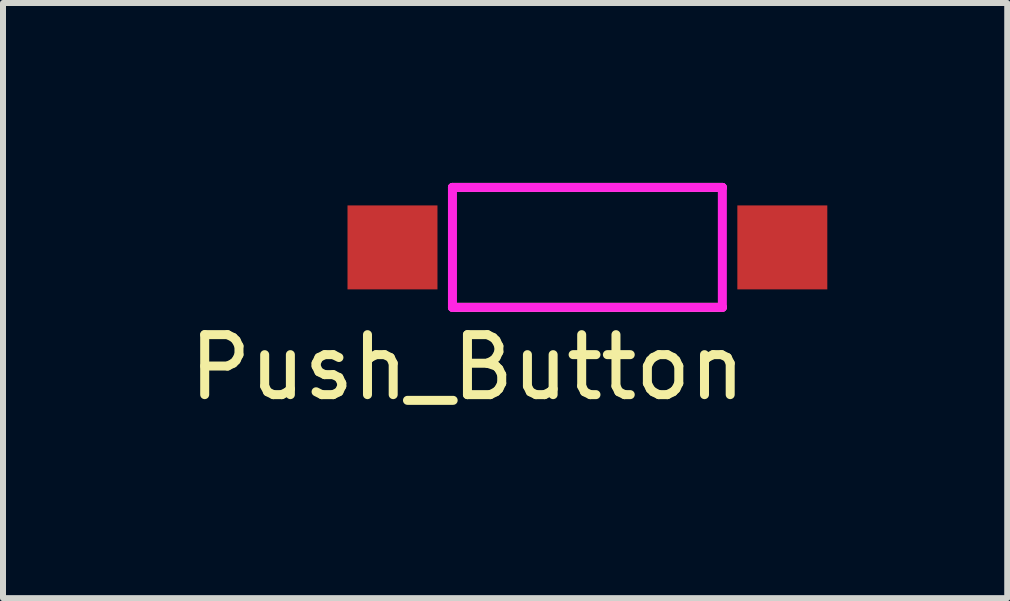
<source format=kicad_pcb>
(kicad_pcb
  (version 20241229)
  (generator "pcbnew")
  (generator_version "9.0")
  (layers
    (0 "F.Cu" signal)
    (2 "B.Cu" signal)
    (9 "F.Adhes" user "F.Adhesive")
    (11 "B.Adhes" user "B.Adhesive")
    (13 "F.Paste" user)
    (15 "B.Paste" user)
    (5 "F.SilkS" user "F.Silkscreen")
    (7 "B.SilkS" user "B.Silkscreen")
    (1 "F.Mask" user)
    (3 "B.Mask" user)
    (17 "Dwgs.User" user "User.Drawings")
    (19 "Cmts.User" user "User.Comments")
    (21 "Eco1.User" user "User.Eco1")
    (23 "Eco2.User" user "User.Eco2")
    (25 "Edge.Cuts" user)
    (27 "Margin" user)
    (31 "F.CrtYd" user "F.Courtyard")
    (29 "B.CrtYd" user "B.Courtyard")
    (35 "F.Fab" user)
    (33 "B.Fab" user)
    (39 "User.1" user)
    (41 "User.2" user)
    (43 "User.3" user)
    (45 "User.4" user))
  (footprint "Push_Button"
    (layer "F.Cu")
    (at 3.494 1.075)
    (property "Reference" "Push_Button" (at 1.25 2 0) (layer "F.SilkS") (effects (font (size 1 1) (thickness 0.15))))
    (attr through_hole)
    (fp_line (start 1 1) (end 5.5 1) (stroke (width 0.15) (type solid)) (layer "F.SilkS"))
    (fp_line (start 5.5 -1) (end 1 -1) (stroke (width 0.15) (type solid)) (layer "F.SilkS"))
    (fp_line (start 1 -1) (end 1 1) (stroke (width 0.15) (type solid)) (layer "F.CrtYd"))
    (fp_line (start 1 1) (end 5.5 1) (stroke (width 0.15) (type solid)) (layer "F.CrtYd"))
    (fp_line (start 5.5 -1) (end 1 -1) (stroke (width 0.15) (type solid)) (layer "F.CrtYd"))
    (fp_line (start 5.5 1) (end 5.5 -1) (stroke (width 0.15) (type solid)) (layer "F.CrtYd"))
    (pad "1" smd rect (at 0 0) (size 1.5 1.4) (layers "F.Cu" "F.Mask" "F.Paste"))
    (pad "2" smd rect (at 6.5 0) (size 1.5 1.4) (layers "F.Cu" "F.Mask" "F.Paste")))
  (gr_rect
    (start -3 -3)
    (end 13.744 6.923)
    (stroke (width 0.1) (type default))
    (fill no)
    (layer "Edge.Cuts")))
</source>
